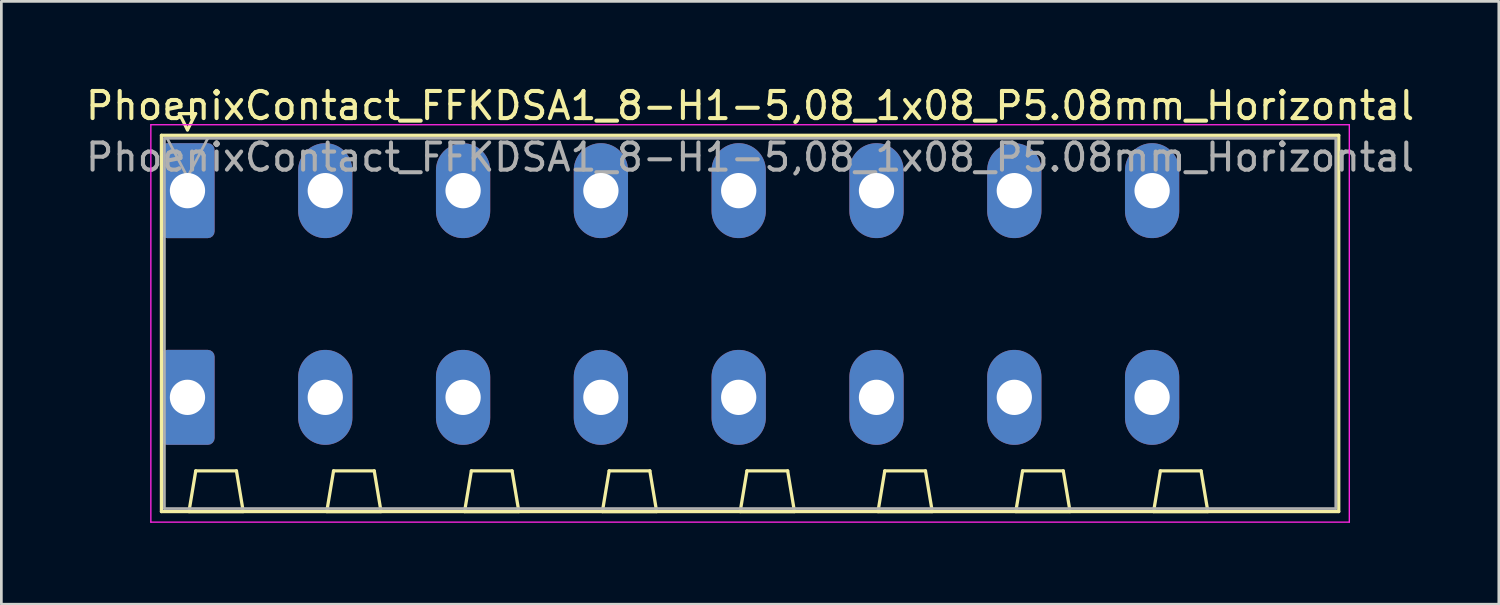
<source format=kicad_pcb>
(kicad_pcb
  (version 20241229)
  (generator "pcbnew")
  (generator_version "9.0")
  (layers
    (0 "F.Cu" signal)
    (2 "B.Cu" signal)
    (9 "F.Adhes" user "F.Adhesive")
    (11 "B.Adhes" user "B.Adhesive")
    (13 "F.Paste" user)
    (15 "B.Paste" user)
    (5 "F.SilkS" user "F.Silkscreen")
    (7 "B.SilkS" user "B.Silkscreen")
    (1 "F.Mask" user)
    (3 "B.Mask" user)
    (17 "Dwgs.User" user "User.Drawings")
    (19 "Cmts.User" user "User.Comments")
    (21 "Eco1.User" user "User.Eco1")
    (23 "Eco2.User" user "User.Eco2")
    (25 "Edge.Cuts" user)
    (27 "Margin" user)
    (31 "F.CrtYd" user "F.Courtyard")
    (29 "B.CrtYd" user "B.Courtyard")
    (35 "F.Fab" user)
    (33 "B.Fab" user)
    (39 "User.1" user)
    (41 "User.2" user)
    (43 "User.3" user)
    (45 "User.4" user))
  (footprint "PhoenixContact_FFKDSA1_8-H1-5,08_1x08_P5.08mm_Horizontal"
    (layer "F.Cu")
    (at 3.861 3.978)
    (property "Reference" "PhoenixContact_FFKDSA1_8-H1-5,08_1x08_P5.08mm_Horizontal" (at 20.74 -3.13 0) (layer "F.SilkS") (effects (font (size 1 1) (thickness 0.15))))
    (attr through_hole)
    (fp_line (start -0.96 -2.04) (end -0.96 11.83) (stroke (width 0.12) (type solid)) (layer "F.SilkS"))
    (fp_line (start -0.96 11.83) (end 42.44 11.83) (stroke (width 0.12) (type solid)) (layer "F.SilkS"))
    (fp_line (start -0.3 -2.84) (end 0.3 -2.84) (stroke (width 0.12) (type solid)) (layer "F.SilkS"))
    (fp_line (start 0 -2.24) (end -0.3 -2.84) (stroke (width 0.12) (type solid)) (layer "F.SilkS"))
    (fp_line (start 0.055 11.83) (end 2.055 11.83) (stroke (width 0.12) (type solid)) (layer "F.SilkS"))
    (fp_line (start 0.3 -2.84) (end 0 -2.24) (stroke (width 0.12) (type solid)) (layer "F.SilkS"))
    (fp_line (start 0.305 10.33) (end 0.055 11.83) (stroke (width 0.12) (type solid)) (layer "F.SilkS"))
    (fp_line (start 1.805 10.33) (end 0.305 10.33) (stroke (width 0.12) (type solid)) (layer "F.SilkS"))
    (fp_line (start 2.055 11.83) (end 1.805 10.33) (stroke (width 0.12) (type solid)) (layer "F.SilkS"))
    (fp_line (start 5.135 11.83) (end 7.135 11.83) (stroke (width 0.12) (type solid)) (layer "F.SilkS"))
    (fp_line (start 5.385 10.33) (end 5.135 11.83) (stroke (width 0.12) (type solid)) (layer "F.SilkS"))
    (fp_line (start 6.885 10.33) (end 5.385 10.33) (stroke (width 0.12) (type solid)) (layer "F.SilkS"))
    (fp_line (start 7.135 11.83) (end 6.885 10.33) (stroke (width 0.12) (type solid)) (layer "F.SilkS"))
    (fp_line (start 10.215 11.83) (end 12.215 11.83) (stroke (width 0.12) (type solid)) (layer "F.SilkS"))
    (fp_line (start 10.465 10.33) (end 10.215 11.83) (stroke (width 0.12) (type solid)) (layer "F.SilkS"))
    (fp_line (start 11.965 10.33) (end 10.465 10.33) (stroke (width 0.12) (type solid)) (layer "F.SilkS"))
    (fp_line (start 12.215 11.83) (end 11.965 10.33) (stroke (width 0.12) (type solid)) (layer "F.SilkS"))
    (fp_line (start 15.295 11.83) (end 17.295 11.83) (stroke (width 0.12) (type solid)) (layer "F.SilkS"))
    (fp_line (start 15.545 10.33) (end 15.295 11.83) (stroke (width 0.12) (type solid)) (layer "F.SilkS"))
    (fp_line (start 17.045 10.33) (end 15.545 10.33) (stroke (width 0.12) (type solid)) (layer "F.SilkS"))
    (fp_line (start 17.295 11.83) (end 17.045 10.33) (stroke (width 0.12) (type solid)) (layer "F.SilkS"))
    (fp_line (start 20.375 11.83) (end 22.375 11.83) (stroke (width 0.12) (type solid)) (layer "F.SilkS"))
    (fp_line (start 20.625 10.33) (end 20.375 11.83) (stroke (width 0.12) (type solid)) (layer "F.SilkS"))
    (fp_line (start 22.125 10.33) (end 20.625 10.33) (stroke (width 0.12) (type solid)) (layer "F.SilkS"))
    (fp_line (start 22.375 11.83) (end 22.125 10.33) (stroke (width 0.12) (type solid)) (layer "F.SilkS"))
    (fp_line (start 25.455 11.83) (end 27.455 11.83) (stroke (width 0.12) (type solid)) (layer "F.SilkS"))
    (fp_line (start 25.705 10.33) (end 25.455 11.83) (stroke (width 0.12) (type solid)) (layer "F.SilkS"))
    (fp_line (start 27.205 10.33) (end 25.705 10.33) (stroke (width 0.12) (type solid)) (layer "F.SilkS"))
    (fp_line (start 27.455 11.83) (end 27.205 10.33) (stroke (width 0.12) (type solid)) (layer "F.SilkS"))
    (fp_line (start 30.535 11.83) (end 32.535 11.83) (stroke (width 0.12) (type solid)) (layer "F.SilkS"))
    (fp_line (start 30.785 10.33) (end 30.535 11.83) (stroke (width 0.12) (type solid)) (layer "F.SilkS"))
    (fp_line (start 32.285 10.33) (end 30.785 10.33) (stroke (width 0.12) (type solid)) (layer "F.SilkS"))
    (fp_line (start 32.535 11.83) (end 32.285 10.33) (stroke (width 0.12) (type solid)) (layer "F.SilkS"))
    (fp_line (start 35.615 11.83) (end 37.615 11.83) (stroke (width 0.12) (type solid)) (layer "F.SilkS"))
    (fp_line (start 35.865 10.33) (end 35.615 11.83) (stroke (width 0.12) (type solid)) (layer "F.SilkS"))
    (fp_line (start 37.365 10.33) (end 35.865 10.33) (stroke (width 0.12) (type solid)) (layer "F.SilkS"))
    (fp_line (start 37.615 11.83) (end 37.365 10.33) (stroke (width 0.12) (type solid)) (layer "F.SilkS"))
    (fp_line (start 42.44 -2.04) (end -0.96 -2.04) (stroke (width 0.12) (type solid)) (layer "F.SilkS"))
    (fp_line (start 42.44 11.83) (end 42.44 -2.04) (stroke (width 0.12) (type solid)) (layer "F.SilkS"))
    (fp_line (start -1.35 -2.43) (end -1.35 12.22) (stroke (width 0.05) (type solid)) (layer "F.CrtYd"))
    (fp_line (start -1.35 12.22) (end 42.83 12.22) (stroke (width 0.05) (type solid)) (layer "F.CrtYd"))
    (fp_line (start 42.83 -2.43) (end -1.35 -2.43) (stroke (width 0.05) (type solid)) (layer "F.CrtYd"))
    (fp_line (start 42.83 12.22) (end 42.83 -2.43) (stroke (width 0.05) (type solid)) (layer "F.CrtYd"))
    (fp_line (start -0.85 -1.93) (end -0.85 11.72) (stroke (width 0.1) (type solid)) (layer "F.Fab"))
    (fp_line (start -0.85 11.72) (end 42.33 11.72) (stroke (width 0.1) (type solid)) (layer "F.Fab"))
    (fp_line (start 0 -0.5) (end -0.75 -1.93) (stroke (width 0.1) (type solid)) (layer "F.Fab"))
    (fp_line (start 0.75 -1.93) (end 0 -0.5) (stroke (width 0.1) (type solid)) (layer "F.Fab"))
    (fp_line (start 42.33 -1.93) (end -0.85 -1.93) (stroke (width 0.1) (type solid)) (layer "F.Fab"))
    (fp_line (start 42.33 11.72) (end 42.33 -1.93) (stroke (width 0.1) (type solid)) (layer "F.Fab"))
    (fp_text user "${REFERENCE}" (at 20.74 -1.23 0) (layer "F.Fab") (effects (font (size 1 1) (thickness 0.15))))
    (pad "1" thru_hole roundrect (at 0 0) (size 2 3.5) (drill 1.3) (layers "*.Cu" "*.Mask") (roundrect_rratio 0.125))
    (pad "1" thru_hole roundrect (at 0 7.62) (size 2 3.5) (drill 1.3) (layers "*.Cu" "*.Mask") (roundrect_rratio 0.125))
    (pad "2" thru_hole oval (at 5.08 0) (size 2 3.5) (drill 1.3) (layers "*.Cu" "*.Mask"))
    (pad "2" thru_hole oval (at 5.08 7.62) (size 2 3.5) (drill 1.3) (layers "*.Cu" "*.Mask"))
    (pad "3" thru_hole oval (at 10.16 0) (size 2 3.5) (drill 1.3) (layers "*.Cu" "*.Mask"))
    (pad "3" thru_hole oval (at 10.16 7.62) (size 2 3.5) (drill 1.3) (layers "*.Cu" "*.Mask"))
    (pad "4" thru_hole oval (at 15.24 0) (size 2 3.5) (drill 1.3) (layers "*.Cu" "*.Mask"))
    (pad "4" thru_hole oval (at 15.24 7.62) (size 2 3.5) (drill 1.3) (layers "*.Cu" "*.Mask"))
    (pad "5" thru_hole oval (at 20.32 0) (size 2 3.5) (drill 1.3) (layers "*.Cu" "*.Mask"))
    (pad "5" thru_hole oval (at 20.32 7.62) (size 2 3.5) (drill 1.3) (layers "*.Cu" "*.Mask"))
    (pad "6" thru_hole oval (at 25.4 0) (size 2 3.5) (drill 1.3) (layers "*.Cu" "*.Mask"))
    (pad "6" thru_hole oval (at 25.4 7.62) (size 2 3.5) (drill 1.3) (layers "*.Cu" "*.Mask"))
    (pad "7" thru_hole oval (at 30.48 0) (size 2 3.5) (drill 1.3) (layers "*.Cu" "*.Mask"))
    (pad "7" thru_hole oval (at 30.48 7.62) (size 2 3.5) (drill 1.3) (layers "*.Cu" "*.Mask"))
    (pad "8" thru_hole oval (at 35.56 0) (size 2 3.5) (drill 1.3) (layers "*.Cu" "*.Mask"))
    (pad "8" thru_hole oval (at 35.56 7.62) (size 2 3.5) (drill 1.3) (layers "*.Cu" "*.Mask")))
  (gr_rect
    (start -3 -3)
    (end 52.202 19.223)
    (stroke (width 0.1) (type default))
    (fill no)
    (layer "Edge.Cuts")))
</source>
